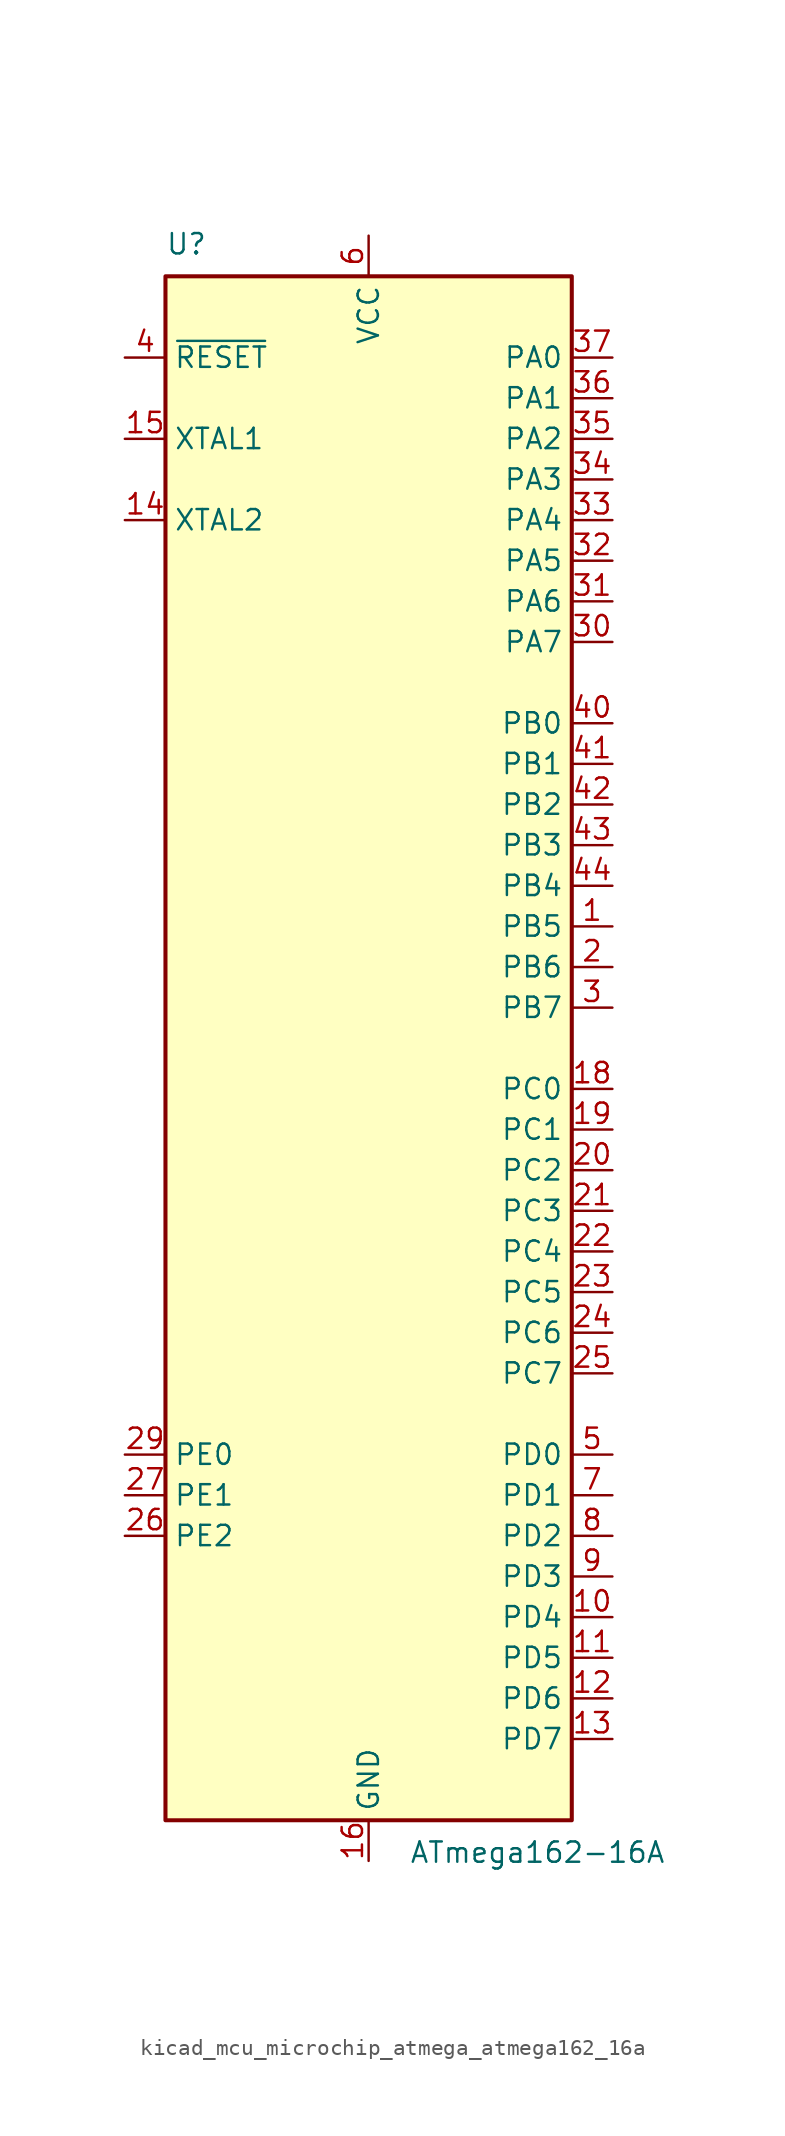
<source format=kicad_sym>
(kicad_symbol_lib
  (version 20220914)
  (generator kicad_symbol_editor)
  (symbol "kicad_mcu_microchip_atmega_atmega162_16a"
    (property "Reference" "U"
      (at -12.7 49.53 0)
      (effects (font (size 1.27 1.27)) (justify left bottom)))
    (property "Value" "ATmega162-16A"
      (at 2.54 -49.53 0)
      (effects (font (size 1.27 1.27)) (justify left top)))
    (symbol "kicad_mcu_microchip_atmega_atmega162_16a_0_1"
      (rectangle (start -12.7 -48.26) (end 12.7 48.26) (stroke (width 0.254) (type default)) (fill (type background))))
    (symbol "kicad_mcu_microchip_atmega_atmega162_16a_1_1"
      (pin bidirectional line (at 15.24 7.62 180) (length 2.54) (name "PB5" (effects (font (size 1.27 1.27)))) (number "1" (effects (font (size 1.27 1.27)))))
      (pin bidirectional line (at 15.24 -35.56 180) (length 2.54) (name "PD4" (effects (font (size 1.27 1.27)))) (number "10" (effects (font (size 1.27 1.27)))))
      (pin bidirectional line (at 15.24 -38.1 180) (length 2.54) (name "PD5" (effects (font (size 1.27 1.27)))) (number "11" (effects (font (size 1.27 1.27)))))
      (pin bidirectional line (at 15.24 -40.64 180) (length 2.54) (name "PD6" (effects (font (size 1.27 1.27)))) (number "12" (effects (font (size 1.27 1.27)))))
      (pin bidirectional line (at 15.24 -43.18 180) (length 2.54) (name "PD7" (effects (font (size 1.27 1.27)))) (number "13" (effects (font (size 1.27 1.27)))))
      (pin output line (at -15.24 33.02 0) (length 2.54) (name "XTAL2" (effects (font (size 1.27 1.27)))) (number "14" (effects (font (size 1.27 1.27)))))
      (pin input line (at -15.24 38.1 0) (length 2.54) (name "XTAL1" (effects (font (size 1.27 1.27)))) (number "15" (effects (font (size 1.27 1.27)))))
      (pin power_in line (at 0 -50.8 90) (length 2.54) (name "GND" (effects (font (size 1.27 1.27)))) (number "16" (effects (font (size 1.27 1.27)))))
      (pin passive line (at 0 50.8 270) (length 2.54) hide (name "VCC" (effects (font (size 1.27 1.27)))) (number "17" (effects (font (size 1.27 1.27)))))
      (pin bidirectional line (at 15.24 -2.54 180) (length 2.54) (name "PC0" (effects (font (size 1.27 1.27)))) (number "18" (effects (font (size 1.27 1.27)))))
      (pin bidirectional line (at 15.24 -5.08 180) (length 2.54) (name "PC1" (effects (font (size 1.27 1.27)))) (number "19" (effects (font (size 1.27 1.27)))))
      (pin bidirectional line (at 15.24 5.08 180) (length 2.54) (name "PB6" (effects (font (size 1.27 1.27)))) (number "2" (effects (font (size 1.27 1.27)))))
      (pin bidirectional line (at 15.24 -7.62 180) (length 2.54) (name "PC2" (effects (font (size 1.27 1.27)))) (number "20" (effects (font (size 1.27 1.27)))))
      (pin bidirectional line (at 15.24 -10.16 180) (length 2.54) (name "PC3" (effects (font (size 1.27 1.27)))) (number "21" (effects (font (size 1.27 1.27)))))
      (pin bidirectional line (at 15.24 -12.7 180) (length 2.54) (name "PC4" (effects (font (size 1.27 1.27)))) (number "22" (effects (font (size 1.27 1.27)))))
      (pin bidirectional line (at 15.24 -15.24 180) (length 2.54) (name "PC5" (effects (font (size 1.27 1.27)))) (number "23" (effects (font (size 1.27 1.27)))))
      (pin bidirectional line (at 15.24 -17.78 180) (length 2.54) (name "PC6" (effects (font (size 1.27 1.27)))) (number "24" (effects (font (size 1.27 1.27)))))
      (pin bidirectional line (at 15.24 -20.32 180) (length 2.54) (name "PC7" (effects (font (size 1.27 1.27)))) (number "25" (effects (font (size 1.27 1.27)))))
      (pin bidirectional line (at -15.24 -30.48 0) (length 2.54) (name "PE2" (effects (font (size 1.27 1.27)))) (number "26" (effects (font (size 1.27 1.27)))))
      (pin bidirectional line (at -15.24 -27.94 0) (length 2.54) (name "PE1" (effects (font (size 1.27 1.27)))) (number "27" (effects (font (size 1.27 1.27)))))
      (pin passive line (at 0 -50.8 90) (length 2.54) hide (name "GND" (effects (font (size 1.27 1.27)))) (number "28" (effects (font (size 1.27 1.27)))))
      (pin bidirectional line (at -15.24 -25.4 0) (length 2.54) (name "PE0" (effects (font (size 1.27 1.27)))) (number "29" (effects (font (size 1.27 1.27)))))
      (pin bidirectional line (at 15.24 2.54 180) (length 2.54) (name "PB7" (effects (font (size 1.27 1.27)))) (number "3" (effects (font (size 1.27 1.27)))))
      (pin bidirectional line (at 15.24 25.4 180) (length 2.54) (name "PA7" (effects (font (size 1.27 1.27)))) (number "30" (effects (font (size 1.27 1.27)))))
      (pin bidirectional line (at 15.24 27.94 180) (length 2.54) (name "PA6" (effects (font (size 1.27 1.27)))) (number "31" (effects (font (size 1.27 1.27)))))
      (pin bidirectional line (at 15.24 30.48 180) (length 2.54) (name "PA5" (effects (font (size 1.27 1.27)))) (number "32" (effects (font (size 1.27 1.27)))))
      (pin bidirectional line (at 15.24 33.02 180) (length 2.54) (name "PA4" (effects (font (size 1.27 1.27)))) (number "33" (effects (font (size 1.27 1.27)))))
      (pin bidirectional line (at 15.24 35.56 180) (length 2.54) (name "PA3" (effects (font (size 1.27 1.27)))) (number "34" (effects (font (size 1.27 1.27)))))
      (pin bidirectional line (at 15.24 38.1 180) (length 2.54) (name "PA2" (effects (font (size 1.27 1.27)))) (number "35" (effects (font (size 1.27 1.27)))))
      (pin bidirectional line (at 15.24 40.64 180) (length 2.54) (name "PA1" (effects (font (size 1.27 1.27)))) (number "36" (effects (font (size 1.27 1.27)))))
      (pin bidirectional line (at 15.24 43.18 180) (length 2.54) (name "PA0" (effects (font (size 1.27 1.27)))) (number "37" (effects (font (size 1.27 1.27)))))
      (pin passive line (at 0 50.8 270) (length 2.54) hide (name "VCC" (effects (font (size 1.27 1.27)))) (number "38" (effects (font (size 1.27 1.27)))))
      (pin passive line (at 0 -50.8 90) (length 2.54) hide (name "GND" (effects (font (size 1.27 1.27)))) (number "39" (effects (font (size 1.27 1.27)))))
      (pin input line (at -15.24 43.18 0) (length 2.54) (name "~{RESET}" (effects (font (size 1.27 1.27)))) (number "4" (effects (font (size 1.27 1.27)))))
      (pin bidirectional line (at 15.24 20.32 180) (length 2.54) (name "PB0" (effects (font (size 1.27 1.27)))) (number "40" (effects (font (size 1.27 1.27)))))
      (pin bidirectional line (at 15.24 17.78 180) (length 2.54) (name "PB1" (effects (font (size 1.27 1.27)))) (number "41" (effects (font (size 1.27 1.27)))))
      (pin bidirectional line (at 15.24 15.24 180) (length 2.54) (name "PB2" (effects (font (size 1.27 1.27)))) (number "42" (effects (font (size 1.27 1.27)))))
      (pin bidirectional line (at 15.24 12.7 180) (length 2.54) (name "PB3" (effects (font (size 1.27 1.27)))) (number "43" (effects (font (size 1.27 1.27)))))
      (pin bidirectional line (at 15.24 10.16 180) (length 2.54) (name "PB4" (effects (font (size 1.27 1.27)))) (number "44" (effects (font (size 1.27 1.27)))))
      (pin bidirectional line (at 15.24 -25.4 180) (length 2.54) (name "PD0" (effects (font (size 1.27 1.27)))) (number "5" (effects (font (size 1.27 1.27)))))
      (pin power_in line (at 0 50.8 270) (length 2.54) (name "VCC" (effects (font (size 1.27 1.27)))) (number "6" (effects (font (size 1.27 1.27)))))
      (pin bidirectional line (at 15.24 -27.94 180) (length 2.54) (name "PD1" (effects (font (size 1.27 1.27)))) (number "7" (effects (font (size 1.27 1.27)))))
      (pin bidirectional line (at 15.24 -30.48 180) (length 2.54) (name "PD2" (effects (font (size 1.27 1.27)))) (number "8" (effects (font (size 1.27 1.27)))))
      (pin bidirectional line (at 15.24 -33.02 180) (length 2.54) (name "PD3" (effects (font (size 1.27 1.27)))) (number "9" (effects (font (size 1.27 1.27))))))))
</source>
